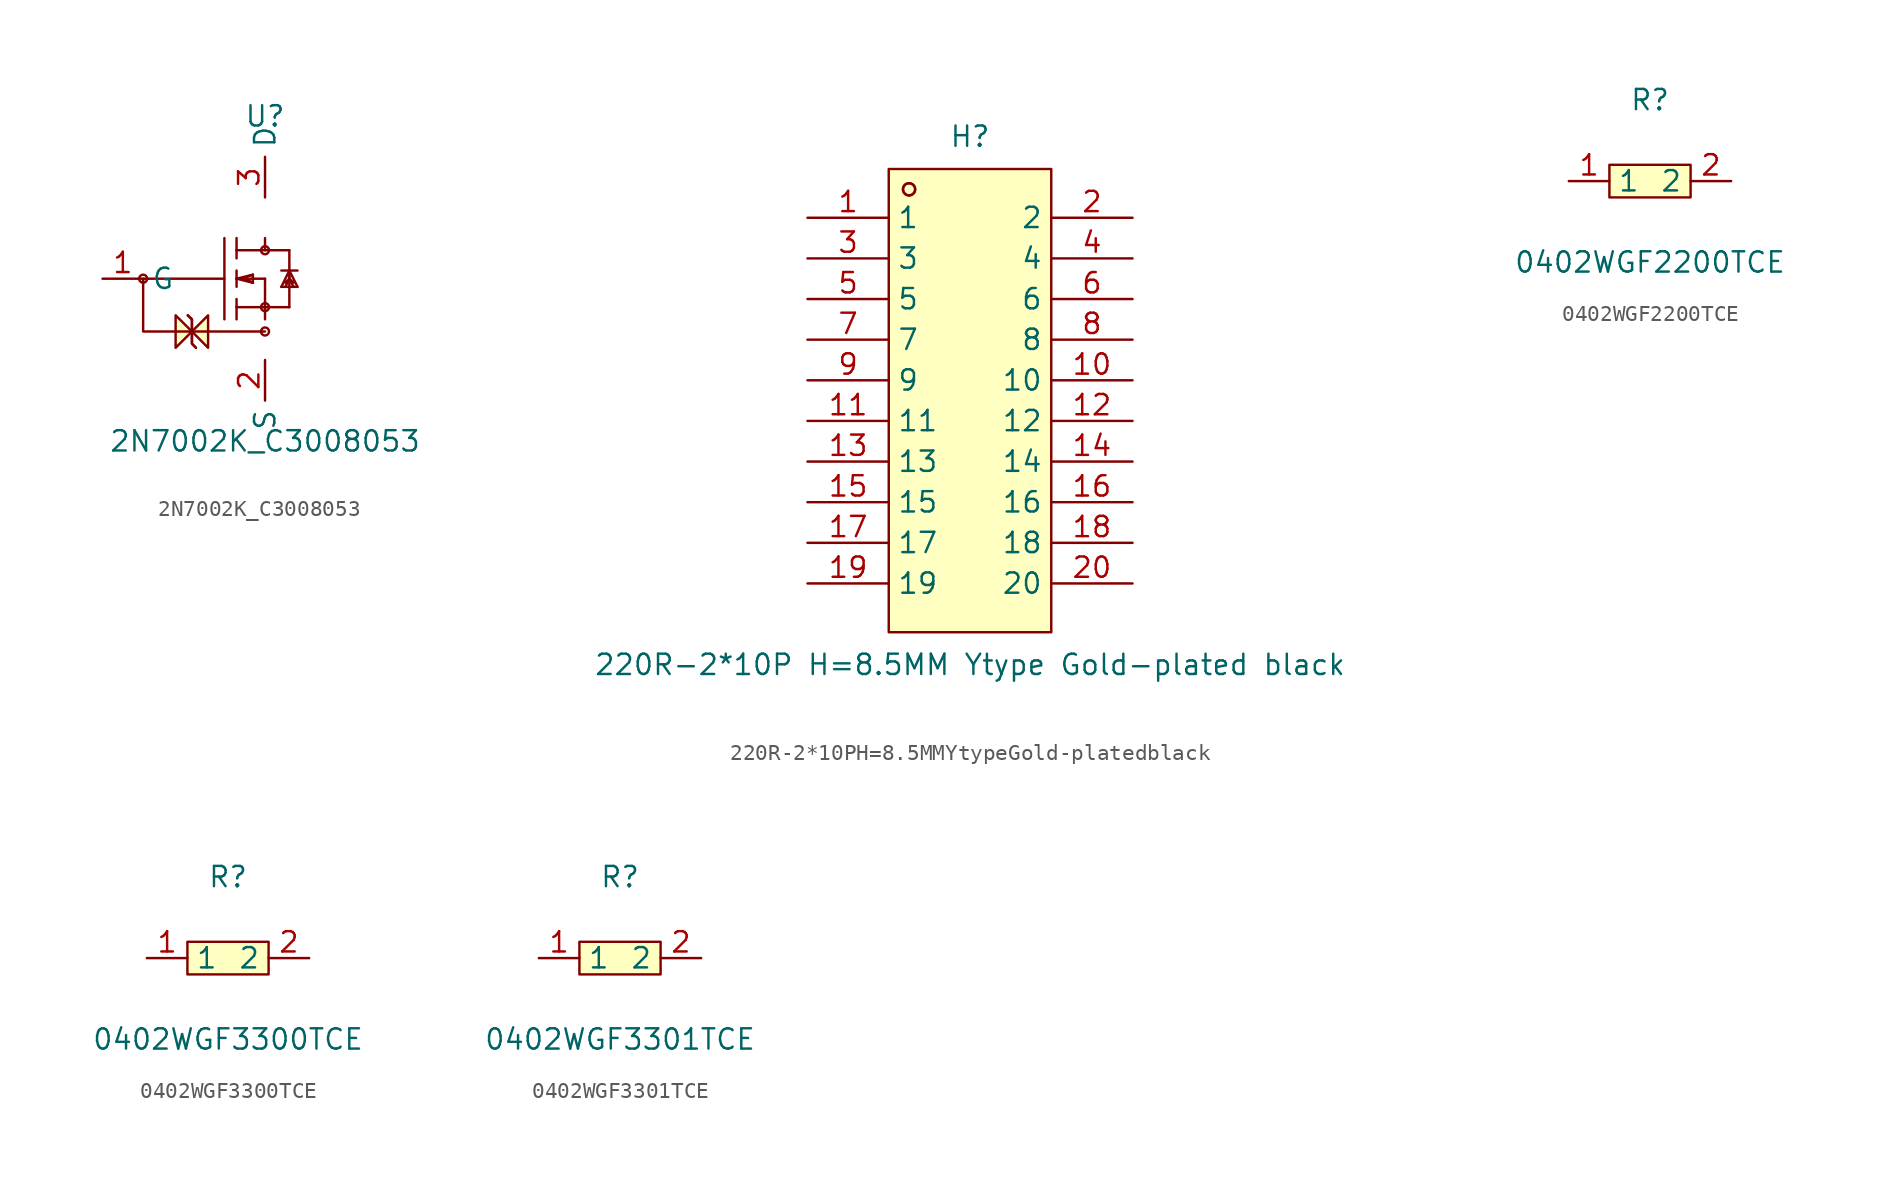
<source format=kicad_sym>
(kicad_symbol_lib
  (version 20211014)
  (generator https://github.com/uPesy/easyeda2kicad.py)
  (symbol "2N7002K_C3008053"
    (property "Reference" "U"
      (at 0 10.16 0)
      (effects (font (size 1.27 1.27))))
    (property "Value" "2N7002K_C3008053"
      (at 0 -10.16 0)
      (effects (font (size 1.27 1.27))))
    (symbol "2N7002K_C3008053_0_1"
      (circle (center 0.00 -3.30) (radius 0.25) (stroke (width 0) (type default) (color 0 0 0 0)) (fill (type none)))
      (circle (center -7.62 -0.00) (radius 0.25) (stroke (width 0) (type default) (color 0 0 0 0)) (fill (type none)))
      (circle (center 0.00 -1.78) (radius 0.25) (stroke (width 0) (type default) (color 0 0 0 0)) (fill (type none)))
      (circle (center 0.00 1.78) (radius 0.25) (stroke (width 0) (type default) (color 0 0 0 0)) (fill (type none)))
      (polyline (pts (xy -5.59 -2.29) (xy -5.59 -4.32) (xy -4.57 -3.30) (xy -5.59 -2.29) (xy -5.59 -2.29)) (stroke (width 0) (type default) (color 0 0 0 0)) (fill (type background)))
      (polyline (pts (xy -4.32 -4.32) (xy -4.57 -4.06) (xy -4.57 -2.54) (xy -4.83 -2.29)) (stroke (width 0) (type default) (color 0 0 0 0)) (fill (type none)))
      (polyline (pts (xy -3.56 -4.32) (xy -3.56 -2.29) (xy -4.57 -3.30) (xy -3.56 -4.32) (xy -3.56 -4.32)) (stroke (width 0) (type default) (color 0 0 0 0)) (fill (type background)))
      (polyline (pts (xy -4.83 -2.29) (xy -4.57 -2.54) (xy -4.57 -4.06) (xy -4.32 -4.32)) (stroke (width 0) (type default) (color 0 0 0 0)) (fill (type none)))
      (polyline (pts (xy 0.00 -3.30) (xy -7.62 -3.30) (xy -7.62 -0.00) (xy -2.54 -0.00)) (stroke (width 0) (type default) (color 0 0 0 0)) (fill (type none)))
      (polyline (pts (xy 1.02 -0.51) (xy 1.52 0.51)) (stroke (width 0) (type default) (color 0 0 0 0)) (fill (type none)))
      (polyline (pts (xy 1.52 -0.00) (xy 1.27 -0.25)) (stroke (width 0) (type default) (color 0 0 0 0)) (fill (type none)))
      (polyline (pts (xy 1.78 -0.25) (xy 1.52 -0.00)) (stroke (width 0) (type default) (color 0 0 0 0)) (fill (type none)))
      (polyline (pts (xy 1.52 -0.00) (xy 1.27 -0.51)) (stroke (width 0) (type default) (color 0 0 0 0)) (fill (type none)))
      (polyline (pts (xy 1.78 -0.51) (xy 1.52 -0.00)) (stroke (width 0) (type default) (color 0 0 0 0)) (fill (type none)))
      (polyline (pts (xy 1.52 0.51) (xy 1.02 0.51)) (stroke (width 0) (type default) (color 0 0 0 0)) (fill (type none)))
      (polyline (pts (xy 2.03 0.51) (xy 1.52 0.51)) (stroke (width 0) (type default) (color 0 0 0 0)) (fill (type none)))
      (polyline (pts (xy 1.52 0.51) (xy 2.03 -0.51)) (stroke (width 0) (type default) (color 0 0 0 0)) (fill (type none)))
      (polyline (pts (xy 1.27 -0.51) (xy 1.02 -0.51)) (stroke (width 0) (type default) (color 0 0 0 0)) (fill (type none)))
      (polyline (pts (xy 1.78 -0.51) (xy 1.27 -0.51)) (stroke (width 0) (type default) (color 0 0 0 0)) (fill (type none)))
      (polyline (pts (xy 2.03 -0.51) (xy 1.78 -0.51)) (stroke (width 0) (type default) (color 0 0 0 0)) (fill (type none)))
      (polyline (pts (xy 1.52 -0.00) (xy 1.52 0.51)) (stroke (width 0) (type default) (color 0 0 0 0)) (fill (type none)))
      (polyline (pts (xy -0.76 -0.25) (xy -1.27 -0.00)) (stroke (width 0) (type default) (color 0 0 0 0)) (fill (type none)))
      (polyline (pts (xy -1.52 -0.00) (xy -0.76 -0.25)) (stroke (width 0) (type default) (color 0 0 0 0)) (fill (type none)))
      (polyline (pts (xy -0.76 0.25) (xy -1.52 -0.00)) (stroke (width 0) (type default) (color 0 0 0 0)) (fill (type none)))
      (polyline (pts (xy -0.76 -0.25) (xy -0.76 0.25)) (stroke (width 0) (type default) (color 0 0 0 0)) (fill (type none)))
      (polyline (pts (xy -1.78 -0.00) (xy -0.76 0.25)) (stroke (width 0) (type default) (color 0 0 0 0)) (fill (type none)))
      (polyline (pts (xy -1.78 -0.00) (xy -0.76 -0.25)) (stroke (width 0) (type default) (color 0 0 0 0)) (fill (type none)))
      (polyline (pts (xy -1.52 -0.00) (xy -1.78 -0.00)) (stroke (width 0) (type default) (color 0 0 0 0)) (fill (type none)))
      (polyline (pts (xy -1.78 -1.78) (xy 0.00 -1.78)) (stroke (width 0) (type default) (color 0 0 0 0)) (fill (type none)))
      (polyline (pts (xy -1.78 1.78) (xy 1.52 1.78) (xy 1.52 1.78) (xy 1.52 1.78)) (stroke (width 0) (type default) (color 0 0 0 0)) (fill (type none)))
      (polyline (pts (xy 0.00 -0.00) (xy 0.00 -1.78)) (stroke (width 0) (type default) (color 0 0 0 0)) (fill (type none)))
      (polyline (pts (xy -1.52 -0.00) (xy 0.00 -0.00)) (stroke (width 0) (type default) (color 0 0 0 0)) (fill (type none)))
      (polyline (pts (xy -2.54 2.54) (xy -2.54 -2.54)) (stroke (width 0) (type default) (color 0 0 0 0)) (fill (type none)))
      (polyline (pts (xy -1.78 -1.78) (xy -1.78 -1.27)) (stroke (width 0) (type default) (color 0 0 0 0)) (fill (type none)))
      (polyline (pts (xy -1.78 -2.54) (xy -1.78 -1.78)) (stroke (width 0) (type default) (color 0 0 0 0)) (fill (type none)))
      (polyline (pts (xy -1.78 -0.00) (xy -1.78 -0.51)) (stroke (width 0) (type default) (color 0 0 0 0)) (fill (type none)))
      (polyline (pts (xy -1.78 0.51) (xy -1.78 -0.00)) (stroke (width 0) (type default) (color 0 0 0 0)) (fill (type none)))
      (polyline (pts (xy -1.78 1.78) (xy -1.78 1.27)) (stroke (width 0) (type default) (color 0 0 0 0)) (fill (type none)))
      (polyline (pts (xy -1.78 2.54) (xy -1.78 1.78)) (stroke (width 0) (type default) (color 0 0 0 0)) (fill (type none)))
      (polyline (pts (xy 1.52 -1.78) (xy 0.00 -1.78)) (stroke (width 0) (type default) (color 0 0 0 0)) (fill (type none)))
      (polyline (pts (xy 1.52 -0.25) (xy 1.52 -1.78)) (stroke (width 0) (type default) (color 0 0 0 0)) (fill (type none)))
      (polyline (pts (xy 1.52 1.78) (xy 1.52 -0.00)) (stroke (width 0) (type default) (color 0 0 0 0)) (fill (type none)))
      (polyline (pts (xy 0.00 -1.78) (xy 0.00 -2.54)) (stroke (width 0) (type default) (color 0 0 0 0)) (fill (type none)))
      (polyline (pts (xy 0.00 2.54) (xy 0.00 1.78)) (stroke (width 0) (type default) (color 0 0 0 0)) (fill (type none)))
      (pin unspecified line (at 0.00 -5.08 270) (length 2.54) (name "S" (effects (font (size 1.27 1.27)))) (number "2" (effects (font (size 1.27 1.27)))))
      (pin unspecified line (at 0.00 5.08 90) (length 2.54) (name "D" (effects (font (size 1.27 1.27)))) (number "3" (effects (font (size 1.27 1.27)))))
      (pin unspecified line (at -10.16 -0.00 0) (length 2.54) (name "G" (effects (font (size 1.27 1.27)))) (number "1" (effects (font (size 1.27 1.27)))))))
  (symbol "220R-2*10PH=8.5MMYtypeGold-platedblack"
    (property "Reference" "H"
      (at 0 16.51 0)
      (effects (font (size 1.27 1.27))))
    (property "Value" "220R-2*10P H=8.5MM Ytype Gold-plated black"
      (at 0 -16.51 0)
      (effects (font (size 1.27 1.27))))
    (symbol "220R-2*10PH=8.5MMYtypeGold-platedblack_0_1"
      (rectangle (start -5.08 14.48) (end 5.08 -14.48) (stroke (width 0) (type default) (color 0 0 0 0)) (fill (type background)))
      (circle (center -3.81 13.21) (radius 0.38) (stroke (width 0) (type default) (color 0 0 0 0)) (fill (type none)))
      (circle (center -3.81 13.21) (radius 0.38) (stroke (width 0) (type default) (color 0 0 0 0)) (fill (type none)))
      (pin unspecified line (at -10.16 11.43 0) (length 5.08) (name "1" (effects (font (size 1.27 1.27)))) (number "1" (effects (font (size 1.27 1.27)))))
      (pin unspecified line (at 10.16 11.43 180) (length 5.08) (name "2" (effects (font (size 1.27 1.27)))) (number "2" (effects (font (size 1.27 1.27)))))
      (pin unspecified line (at -10.16 8.89 0) (length 5.08) (name "3" (effects (font (size 1.27 1.27)))) (number "3" (effects (font (size 1.27 1.27)))))
      (pin unspecified line (at 10.16 8.89 180) (length 5.08) (name "4" (effects (font (size 1.27 1.27)))) (number "4" (effects (font (size 1.27 1.27)))))
      (pin unspecified line (at -10.16 6.35 0) (length 5.08) (name "5" (effects (font (size 1.27 1.27)))) (number "5" (effects (font (size 1.27 1.27)))))
      (pin unspecified line (at 10.16 6.35 180) (length 5.08) (name "6" (effects (font (size 1.27 1.27)))) (number "6" (effects (font (size 1.27 1.27)))))
      (pin unspecified line (at -10.16 3.81 0) (length 5.08) (name "7" (effects (font (size 1.27 1.27)))) (number "7" (effects (font (size 1.27 1.27)))))
      (pin unspecified line (at 10.16 3.81 180) (length 5.08) (name "8" (effects (font (size 1.27 1.27)))) (number "8" (effects (font (size 1.27 1.27)))))
      (pin unspecified line (at -10.16 1.27 0) (length 5.08) (name "9" (effects (font (size 1.27 1.27)))) (number "9" (effects (font (size 1.27 1.27)))))
      (pin unspecified line (at 10.16 1.27 180) (length 5.08) (name "10" (effects (font (size 1.27 1.27)))) (number "10" (effects (font (size 1.27 1.27)))))
      (pin unspecified line (at -10.16 -1.27 0) (length 5.08) (name "11" (effects (font (size 1.27 1.27)))) (number "11" (effects (font (size 1.27 1.27)))))
      (pin unspecified line (at 10.16 -1.27 180) (length 5.08) (name "12" (effects (font (size 1.27 1.27)))) (number "12" (effects (font (size 1.27 1.27)))))
      (pin unspecified line (at -10.16 -3.81 0) (length 5.08) (name "13" (effects (font (size 1.27 1.27)))) (number "13" (effects (font (size 1.27 1.27)))))
      (pin unspecified line (at 10.16 -3.81 180) (length 5.08) (name "14" (effects (font (size 1.27 1.27)))) (number "14" (effects (font (size 1.27 1.27)))))
      (pin unspecified line (at -10.16 -6.35 0) (length 5.08) (name "15" (effects (font (size 1.27 1.27)))) (number "15" (effects (font (size 1.27 1.27)))))
      (pin unspecified line (at 10.16 -6.35 180) (length 5.08) (name "16" (effects (font (size 1.27 1.27)))) (number "16" (effects (font (size 1.27 1.27)))))
      (pin unspecified line (at -10.16 -8.89 0) (length 5.08) (name "17" (effects (font (size 1.27 1.27)))) (number "17" (effects (font (size 1.27 1.27)))))
      (pin unspecified line (at 10.16 -8.89 180) (length 5.08) (name "18" (effects (font (size 1.27 1.27)))) (number "18" (effects (font (size 1.27 1.27)))))
      (pin unspecified line (at -10.16 -11.43 0) (length 5.08) (name "19" (effects (font (size 1.27 1.27)))) (number "19" (effects (font (size 1.27 1.27)))))
      (pin unspecified line (at 10.16 -11.43 180) (length 5.08) (name "20" (effects (font (size 1.27 1.27)))) (number "20" (effects (font (size 1.27 1.27)))))))
  (symbol "0402WGF2200TCE"
    (property "Reference" "R"
      (at 0 5.08 0)
      (effects (font (size 1.27 1.27))))
    (property "Value" "0402WGF2200TCE"
      (at 0 -5.08 0)
      (effects (font (size 1.27 1.27))))
    (symbol "0402WGF2200TCE_0_1"
      (rectangle (start -2.54 1.02) (end 2.54 -1.02) (stroke (width 0) (type default) (color 0 0 0 0)) (fill (type background)))
      (pin input line (at 5.08 -0.00 180) (length 2.54) (name "2" (effects (font (size 1.27 1.27)))) (number "2" (effects (font (size 1.27 1.27)))))
      (pin input line (at -5.08 -0.00 0) (length 2.54) (name "1" (effects (font (size 1.27 1.27)))) (number "1" (effects (font (size 1.27 1.27)))))))
  (symbol "0402WGF3300TCE"
    (property "Reference" "R"
      (at 0 5.08 0)
      (effects (font (size 1.27 1.27))))
    (property "Value" "0402WGF3300TCE"
      (at 0 -5.08 0)
      (effects (font (size 1.27 1.27))))
    (symbol "0402WGF3300TCE_0_1"
      (rectangle (start -2.54 1.02) (end 2.54 -1.02) (stroke (width 0) (type default) (color 0 0 0 0)) (fill (type background)))
      (pin input line (at 5.08 -0.00 180) (length 2.54) (name "2" (effects (font (size 1.27 1.27)))) (number "2" (effects (font (size 1.27 1.27)))))
      (pin input line (at -5.08 -0.00 0) (length 2.54) (name "1" (effects (font (size 1.27 1.27)))) (number "1" (effects (font (size 1.27 1.27)))))))
  (symbol "0402WGF3301TCE"
    (property "Reference" "R"
      (at 0 5.08 0)
      (effects (font (size 1.27 1.27))))
    (property "Value" "0402WGF3301TCE"
      (at 0 -5.08 0)
      (effects (font (size 1.27 1.27))))
    (symbol "0402WGF3301TCE_0_1"
      (rectangle (start -2.54 1.02) (end 2.54 -1.02) (stroke (width 0) (type default) (color 0 0 0 0)) (fill (type background)))
      (pin input line (at 5.08 -0.00 180) (length 2.54) (name "2" (effects (font (size 1.27 1.27)))) (number "2" (effects (font (size 1.27 1.27)))))
      (pin input line (at -5.08 -0.00 0) (length 2.54) (name "1" (effects (font (size 1.27 1.27)))) (number "1" (effects (font (size 1.27 1.27))))))))
</source>
